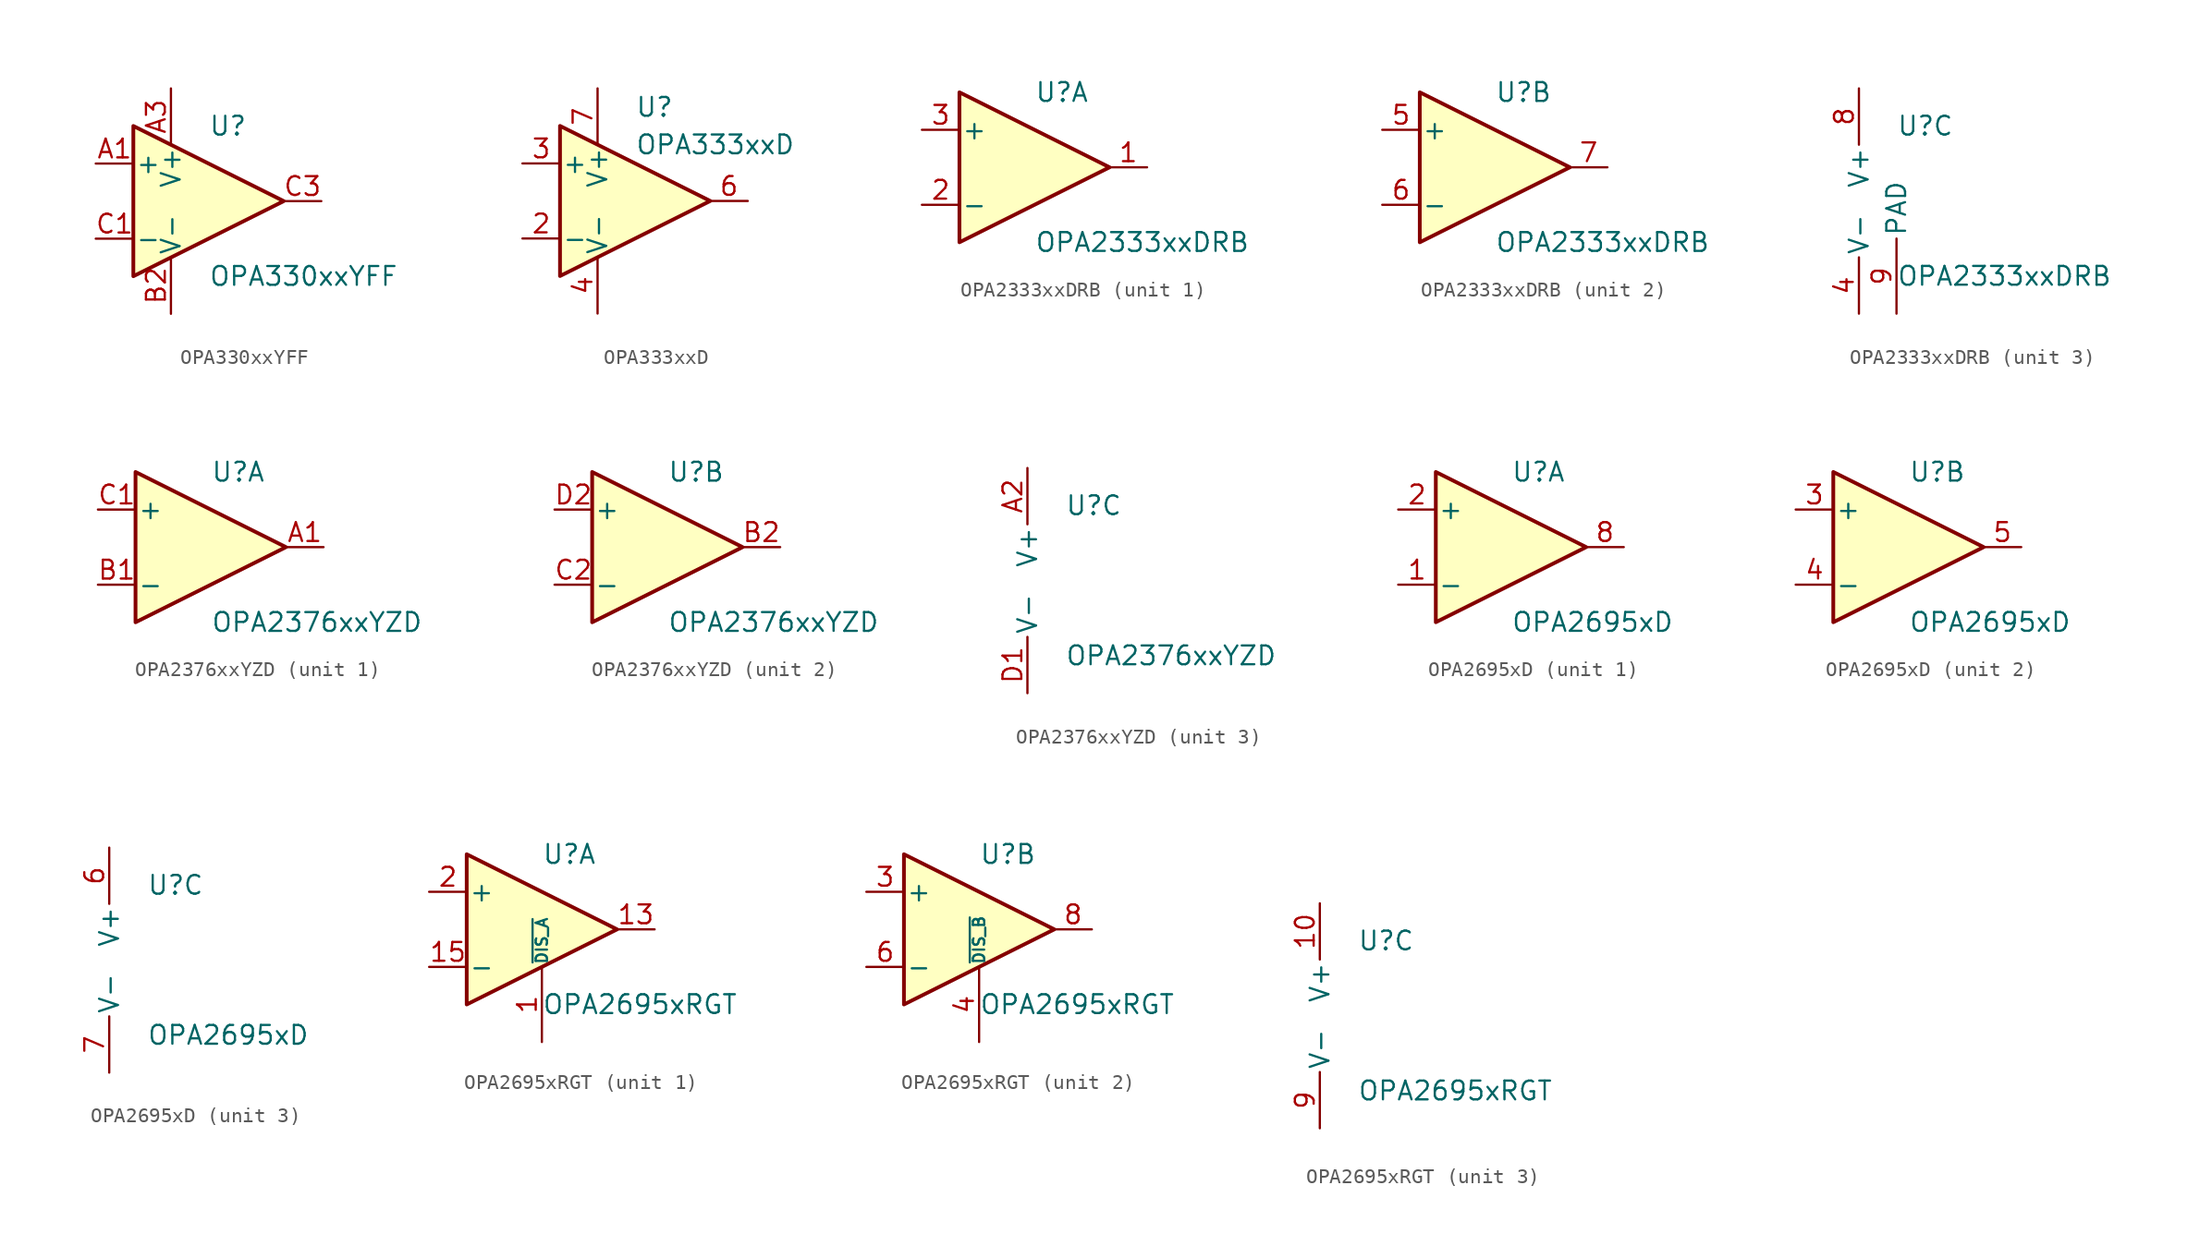
<source format=kicad_sym>
(kicad_symbol_lib
  (version 20211014)
  (generator kicad_symbol_editor)
  (symbol "OPA330xxYFF"
    (pin_names
      (offset 0.127))
    (property "Reference" "U"
      (at 0 5.08 0)
      (effects (font (size 1.27 1.27)) (justify left)))
    (property "Value" "OPA330xxYFF"
      (at 0 -5.08 0)
      (effects (font (size 1.27 1.27)) (justify left)))
    (symbol "OPA330xxYFF_0_1"
      (polyline (pts (xy -5.08 5.08) (xy 5.08 0) (xy -5.08 -5.08) (xy -5.08 5.08)) (stroke (width 0.254) (type default) (color 0 0 0 0)) (fill (type background)))
      (pin power_in line (at -2.54 7.62 270) (length 3.81) (name "V+" (effects (font (size 1.27 1.27)))) (number "A3" (effects (font (size 1.27 1.27)))))
      (pin power_in line (at -2.54 -7.62 90) (length 3.81) (name "V-" (effects (font (size 1.27 1.27)))) (number "B2" (effects (font (size 1.27 1.27))))))
    (symbol "OPA330xxYFF_1_1"
      (pin input line (at -7.62 2.54 0) (length 2.54) (name "+" (effects (font (size 1.27 1.27)))) (number "A1" (effects (font (size 1.27 1.27)))))
      (pin input line (at -7.62 -2.54 0) (length 2.54) (name "-" (effects (font (size 1.27 1.27)))) (number "C1" (effects (font (size 1.27 1.27)))))
      (pin output line (at 7.62 0 180) (length 2.54) (name "~" (effects (font (size 1.27 1.27)))) (number "C3" (effects (font (size 1.27 1.27)))))))
  (symbol "OPA333xxD"
    (pin_names
      (offset 0.127))
    (property "Reference" "U"
      (at 0 6.35 0)
      (effects (font (size 1.27 1.27)) (justify left)))
    (property "Value" "OPA333xxD"
      (at 0 3.81 0)
      (effects (font (size 1.27 1.27)) (justify left)))
    (symbol "OPA333xxD_0_1"
      (polyline (pts (xy -5.08 5.08) (xy 5.08 0) (xy -5.08 -5.08) (xy -5.08 5.08)) (stroke (width 0.254) (type default) (color 0 0 0 0)) (fill (type background))))
    (symbol "OPA333xxD_1_1"
      (pin no_connect line (at -2.54 2.54 270) (length 2.54) hide (name "NC" (effects (font (size 1.27 1.27)))) (number "1" (effects (font (size 1.27 1.27)))))
      (pin input line (at -7.62 -2.54 0) (length 2.54) (name "-" (effects (font (size 1.27 1.27)))) (number "2" (effects (font (size 1.27 1.27)))))
      (pin input line (at -7.62 2.54 0) (length 2.54) (name "+" (effects (font (size 1.27 1.27)))) (number "3" (effects (font (size 1.27 1.27)))))
      (pin power_in line (at -2.54 -7.62 90) (length 3.81) (name "V-" (effects (font (size 1.27 1.27)))) (number "4" (effects (font (size 1.27 1.27)))))
      (pin no_connect line (at 0 2.54 270) (length 2.54) hide (name "NC" (effects (font (size 1.27 1.27)))) (number "5" (effects (font (size 1.27 1.27)))))
      (pin output line (at 7.62 0 180) (length 2.54) (name "~" (effects (font (size 1.27 1.27)))) (number "6" (effects (font (size 1.27 1.27)))))
      (pin power_in line (at -2.54 7.62 270) (length 3.81) (name "V+" (effects (font (size 1.27 1.27)))) (number "7" (effects (font (size 1.27 1.27)))))
      (pin no_connect line (at 0 -2.54 90) (length 2.54) hide (name "NC" (effects (font (size 1.27 1.27)))) (number "8" (effects (font (size 1.27 1.27)))))))
  (symbol "OPA2333xxDRB"
    (pin_names
      (offset 0.127))
    (property "Reference" "U"
      (at 0 5.08 0)
      (effects (font (size 1.27 1.27)) (justify left)))
    (property "Value" "OPA2333xxDRB"
      (at 0 -5.08 0)
      (effects (font (size 1.27 1.27)) (justify left)))
    (property "ki_locked" ""
      (at 0 0 0)
      (effects (font (size 1.27 1.27))))
    (symbol "OPA2333xxDRB_1_1"
      (polyline (pts (xy -5.08 5.08) (xy 5.08 0) (xy -5.08 -5.08) (xy -5.08 5.08)) (stroke (width 0.254) (type default) (color 0 0 0 0)) (fill (type background)))
      (pin output line (at 7.62 0 180) (length 2.54) (name "~" (effects (font (size 1.27 1.27)))) (number "1" (effects (font (size 1.27 1.27)))))
      (pin input line (at -7.62 -2.54 0) (length 2.54) (name "-" (effects (font (size 1.27 1.27)))) (number "2" (effects (font (size 1.27 1.27)))))
      (pin input line (at -7.62 2.54 0) (length 2.54) (name "+" (effects (font (size 1.27 1.27)))) (number "3" (effects (font (size 1.27 1.27))))))
    (symbol "OPA2333xxDRB_2_1"
      (polyline (pts (xy -5.08 5.08) (xy 5.08 0) (xy -5.08 -5.08) (xy -5.08 5.08)) (stroke (width 0.254) (type default) (color 0 0 0 0)) (fill (type background)))
      (pin input line (at -7.62 2.54 0) (length 2.54) (name "+" (effects (font (size 1.27 1.27)))) (number "5" (effects (font (size 1.27 1.27)))))
      (pin input line (at -7.62 -2.54 0) (length 2.54) (name "-" (effects (font (size 1.27 1.27)))) (number "6" (effects (font (size 1.27 1.27)))))
      (pin output line (at 7.62 0 180) (length 2.54) (name "~" (effects (font (size 1.27 1.27)))) (number "7" (effects (font (size 1.27 1.27))))))
    (symbol "OPA2333xxDRB_3_1"
      (pin power_in line (at -2.54 -7.62 90) (length 3.81) (name "V-" (effects (font (size 1.27 1.27)))) (number "4" (effects (font (size 1.27 1.27)))))
      (pin power_in line (at -2.54 7.62 270) (length 3.81) (name "V+" (effects (font (size 1.27 1.27)))) (number "8" (effects (font (size 1.27 1.27)))))
      (pin power_in line (at 0 -7.62 90) (length 5.08) (name "PAD" (effects (font (size 1.27 1.27)))) (number "9" (effects (font (size 1.27 1.27)))))))
  (symbol "OPA2376xxYZD"
    (pin_names
      (offset 0.127))
    (property "Reference" "U"
      (at 0 5.08 0)
      (effects (font (size 1.27 1.27)) (justify left)))
    (property "Value" "OPA2376xxYZD"
      (at 0 -5.08 0)
      (effects (font (size 1.27 1.27)) (justify left)))
    (property "ki_locked" ""
      (at 0 0 0)
      (effects (font (size 1.27 1.27))))
    (symbol "OPA2376xxYZD_1_1"
      (polyline (pts (xy -5.08 5.08) (xy 5.08 0) (xy -5.08 -5.08) (xy -5.08 5.08)) (stroke (width 0.254) (type default) (color 0 0 0 0)) (fill (type background)))
      (pin output line (at 7.62 0 180) (length 2.54) (name "~" (effects (font (size 1.27 1.27)))) (number "A1" (effects (font (size 1.27 1.27)))))
      (pin input line (at -7.62 -2.54 0) (length 2.54) (name "-" (effects (font (size 1.27 1.27)))) (number "B1" (effects (font (size 1.27 1.27)))))
      (pin input line (at -7.62 2.54 0) (length 2.54) (name "+" (effects (font (size 1.27 1.27)))) (number "C1" (effects (font (size 1.27 1.27))))))
    (symbol "OPA2376xxYZD_2_1"
      (polyline (pts (xy -5.08 5.08) (xy 5.08 0) (xy -5.08 -5.08) (xy -5.08 5.08)) (stroke (width 0.254) (type default) (color 0 0 0 0)) (fill (type background)))
      (pin output line (at 7.62 0 180) (length 2.54) (name "~" (effects (font (size 1.27 1.27)))) (number "B2" (effects (font (size 1.27 1.27)))))
      (pin input line (at -7.62 -2.54 0) (length 2.54) (name "-" (effects (font (size 1.27 1.27)))) (number "C2" (effects (font (size 1.27 1.27)))))
      (pin input line (at -7.62 2.54 0) (length 2.54) (name "+" (effects (font (size 1.27 1.27)))) (number "D2" (effects (font (size 1.27 1.27))))))
    (symbol "OPA2376xxYZD_3_1"
      (pin power_in line (at -2.54 7.62 270) (length 3.81) (name "V+" (effects (font (size 1.27 1.27)))) (number "A2" (effects (font (size 1.27 1.27)))))
      (pin power_in line (at -2.54 -7.62 90) (length 3.81) (name "V-" (effects (font (size 1.27 1.27)))) (number "D1" (effects (font (size 1.27 1.27)))))))
  (symbol "OPA2695xD"
    (pin_names
      (offset 0.127))
    (property "Reference" "U"
      (at 0 5.08 0)
      (effects (font (size 1.27 1.27)) (justify left)))
    (property "Value" "OPA2695xD"
      (at 0 -5.08 0)
      (effects (font (size 1.27 1.27)) (justify left)))
    (property "ki_locked" ""
      (at 0 0 0)
      (effects (font (size 1.27 1.27))))
    (symbol "OPA2695xD_1_1"
      (polyline (pts (xy -5.08 5.08) (xy 5.08 0) (xy -5.08 -5.08) (xy -5.08 5.08)) (stroke (width 0.254) (type default) (color 0 0 0 0)) (fill (type background)))
      (pin input line (at -7.62 -2.54 0) (length 2.54) (name "-" (effects (font (size 1.27 1.27)))) (number "1" (effects (font (size 1.27 1.27)))))
      (pin input line (at -7.62 2.54 0) (length 2.54) (name "+" (effects (font (size 1.27 1.27)))) (number "2" (effects (font (size 1.27 1.27)))))
      (pin output line (at 7.62 0 180) (length 2.54) (name "~" (effects (font (size 1.27 1.27)))) (number "8" (effects (font (size 1.27 1.27))))))
    (symbol "OPA2695xD_2_1"
      (polyline (pts (xy -5.08 5.08) (xy 5.08 0) (xy -5.08 -5.08) (xy -5.08 5.08)) (stroke (width 0.254) (type default) (color 0 0 0 0)) (fill (type background)))
      (pin input line (at -7.62 2.54 0) (length 2.54) (name "+" (effects (font (size 1.27 1.27)))) (number "3" (effects (font (size 1.27 1.27)))))
      (pin input line (at -7.62 -2.54 0) (length 2.54) (name "-" (effects (font (size 1.27 1.27)))) (number "4" (effects (font (size 1.27 1.27)))))
      (pin output line (at 7.62 0 180) (length 2.54) (name "~" (effects (font (size 1.27 1.27)))) (number "5" (effects (font (size 1.27 1.27))))))
    (symbol "OPA2695xD_3_1"
      (pin power_in line (at -2.54 7.62 270) (length 3.81) (name "V+" (effects (font (size 1.27 1.27)))) (number "6" (effects (font (size 1.27 1.27)))))
      (pin power_in line (at -2.54 -7.62 90) (length 3.81) (name "V-" (effects (font (size 1.27 1.27)))) (number "7" (effects (font (size 1.27 1.27)))))))
  (symbol "OPA2695xRGT"
    (pin_names
      (offset 0.127))
    (property "Reference" "U"
      (at 0 5.08 0)
      (effects (font (size 1.27 1.27)) (justify left)))
    (property "Value" "OPA2695xRGT"
      (at 0 -5.08 0)
      (effects (font (size 1.27 1.27)) (justify left)))
    (property "ki_locked" ""
      (at 0 0 0)
      (effects (font (size 1.27 1.27))))
    (symbol "OPA2695xRGT_1_1"
      (polyline (pts (xy -5.08 5.08) (xy 5.08 0) (xy -5.08 -5.08) (xy -5.08 5.08)) (stroke (width 0.254) (type default) (color 0 0 0 0)) (fill (type background)))
      (pin input line (at 0 -7.62 90) (length 5.08) (name "~{DIS_A}" (effects (font (size 0.762 0.762)))) (number "1" (effects (font (size 1.27 1.27)))))
      (pin output line (at 7.62 0 180) (length 2.54) (name "~" (effects (font (size 1.27 1.27)))) (number "13" (effects (font (size 1.27 1.27)))))
      (pin no_connect line (at 0 -2.54 90) (length 2.54) hide (name "NC" (effects (font (size 1.27 1.27)))) (number "14" (effects (font (size 1.27 1.27)))))
      (pin input line (at -7.62 -2.54 0) (length 2.54) (name "-" (effects (font (size 1.27 1.27)))) (number "15" (effects (font (size 1.27 1.27)))))
      (pin input line (at -7.62 2.54 0) (length 2.54) (name "+" (effects (font (size 1.27 1.27)))) (number "2" (effects (font (size 1.27 1.27)))))
      (pin no_connect line (at 0 2.54 270) (length 2.54) hide (name "NC" (effects (font (size 1.27 1.27)))) (number "5" (effects (font (size 1.27 1.27))))))
    (symbol "OPA2695xRGT_2_1"
      (polyline (pts (xy -5.08 5.08) (xy 5.08 0) (xy -5.08 -5.08) (xy -5.08 5.08)) (stroke (width 0.254) (type default) (color 0 0 0 0)) (fill (type background)))
      (pin no_connect line (at 0 -2.54 90) (length 2.54) hide (name "NC" (effects (font (size 1.27 1.27)))) (number "16" (effects (font (size 1.27 1.27)))))
      (pin input line (at -7.62 2.54 0) (length 2.54) (name "+" (effects (font (size 1.27 1.27)))) (number "3" (effects (font (size 1.27 1.27)))))
      (pin input line (at 0 -7.62 90) (length 5.08) (name "~{DIS_B}" (effects (font (size 0.762 0.762)))) (number "4" (effects (font (size 1.27 1.27)))))
      (pin input line (at -7.62 -2.54 0) (length 2.54) (name "-" (effects (font (size 1.27 1.27)))) (number "6" (effects (font (size 1.27 1.27)))))
      (pin no_connect line (at 0 2.54 270) (length 2.54) hide (name "NC" (effects (font (size 1.27 1.27)))) (number "7" (effects (font (size 1.27 1.27)))))
      (pin output line (at 7.62 0 180) (length 2.54) (name "~" (effects (font (size 1.27 1.27)))) (number "8" (effects (font (size 1.27 1.27))))))
    (symbol "OPA2695xRGT_3_1"
      (pin power_in line (at -2.54 7.62 270) (length 3.81) (name "V+" (effects (font (size 1.27 1.27)))) (number "10" (effects (font (size 1.27 1.27)))))
      (pin passive line (at -2.54 7.62 90) (length 3.81) hide (name "V+" (effects (font (size 1.27 1.27)))) (number "11" (effects (font (size 1.27 1.27)))))
      (pin passive line (at -2.54 -7.62 90) (length 3.81) hide (name "V-" (effects (font (size 1.27 1.27)))) (number "12" (effects (font (size 1.27 1.27)))))
      (pin power_in line (at -2.54 -7.62 90) (length 3.81) (name "V-" (effects (font (size 1.27 1.27)))) (number "9" (effects (font (size 1.27 1.27))))))))
</source>
